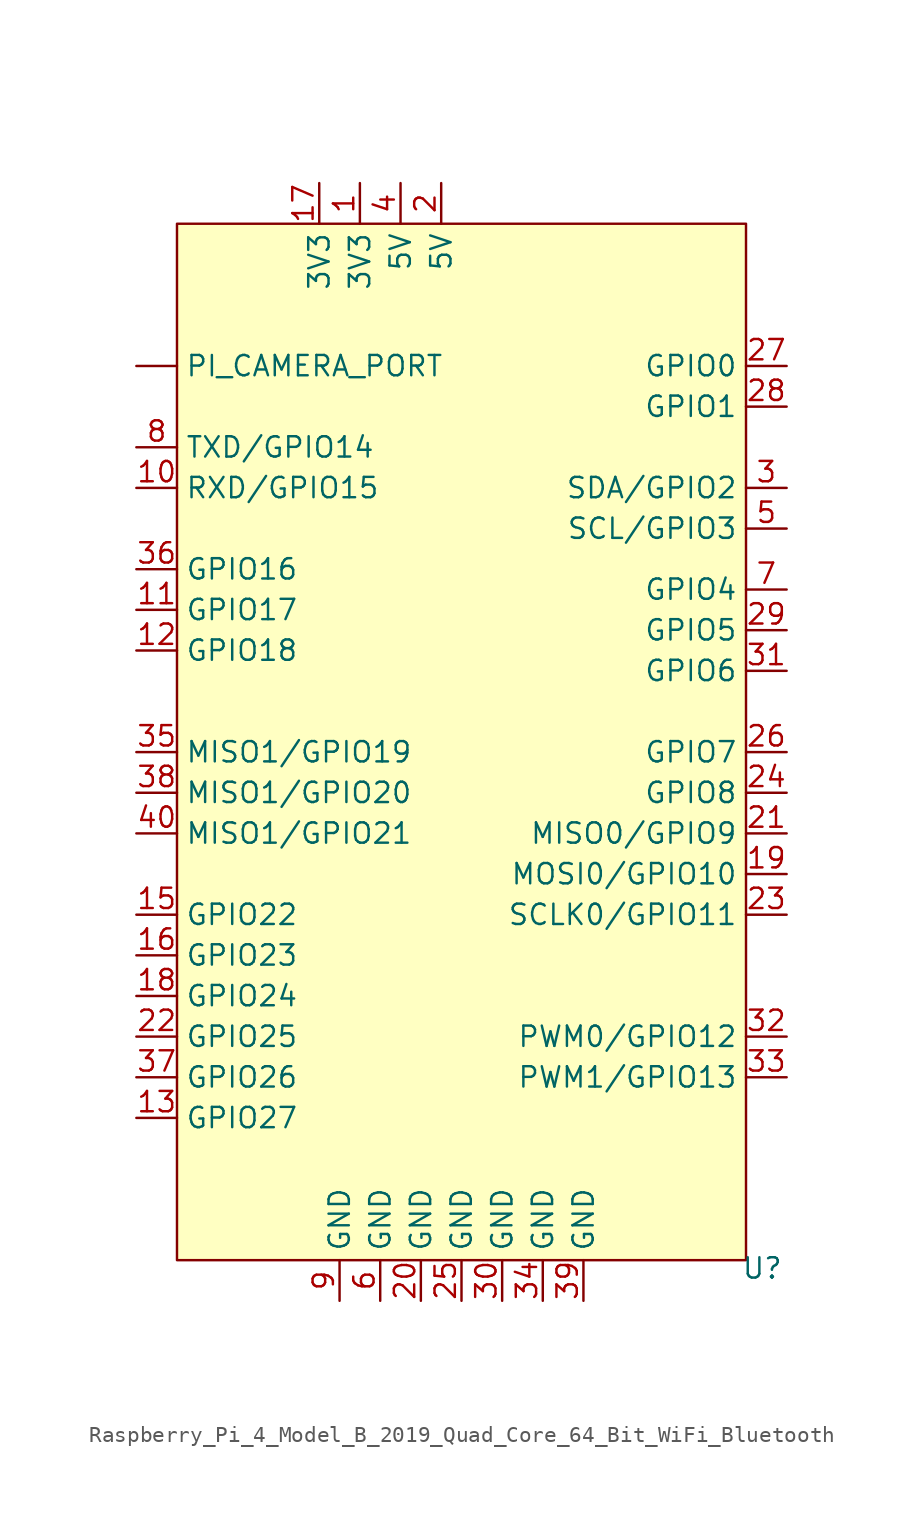
<source format=kicad_sym>
(kicad_symbol_lib
  (version 20231120)
  (generator "kicad_symbol_editor")
  (generator_version "8.0")
  (symbol "Raspberry_Pi_4_Model_B_2019_Quad_Core_64_Bit_WiFi_Bluetooth"
    (property "Reference" "U"
      (at 27.686 -65.278 0)
      (effects (font (size 1.27 1.27))))
    (property "Value" ""
      (at 0 0 0)
      (effects (font (size 1.27 1.27))))
    (symbol "Raspberry_Pi_4_Model_B_2019_Quad_Core_64_Bit_WiFi_Bluetooth_1_1"
      (rectangle (start -8.89 0) (end 26.67 -64.77) (stroke (width 0) (type default)) (fill (type background)))
      (pin bidirectional line (at -11.43 -8.89 0) (length 2.54) (name "PI_CAMERA_PORT" (effects (font (size 1.27 1.27)))) (number "" (effects (font (size 1.27 1.27)))))
      (pin passive line (at 2.54 2.54 270) (length 2.54) (name "3V3" (effects (font (size 1.27 1.27)))) (number "1" (effects (font (size 1.27 1.27)))))
      (pin bidirectional line (at -11.43 -16.51 0) (length 2.54) (name "RXD/GPIO15" (effects (font (size 1.27 1.27)))) (number "10" (effects (font (size 1.27 1.27)))))
      (pin bidirectional line (at -11.43 -24.13 0) (length 2.54) (name "GPIO17" (effects (font (size 1.27 1.27)))) (number "11" (effects (font (size 1.27 1.27)))))
      (pin bidirectional line (at -11.43 -26.67 0) (length 2.54) (name "GPIO18" (effects (font (size 1.27 1.27)))) (number "12" (effects (font (size 1.27 1.27)))))
      (pin bidirectional line (at -11.43 -55.88 0) (length 2.54) (name "GPIO27" (effects (font (size 1.27 1.27)))) (number "13" (effects (font (size 1.27 1.27)))))
      (pin bidirectional line (at -11.43 -43.18 0) (length 2.54) (name "GPIO22" (effects (font (size 1.27 1.27)))) (number "15" (effects (font (size 1.27 1.27)))))
      (pin bidirectional line (at -11.43 -45.72 0) (length 2.54) (name "GPIO23" (effects (font (size 1.27 1.27)))) (number "16" (effects (font (size 1.27 1.27)))))
      (pin passive line (at 0 2.54 270) (length 2.54) (name "3V3" (effects (font (size 1.27 1.27)))) (number "17" (effects (font (size 1.27 1.27)))))
      (pin bidirectional line (at -11.43 -48.26 0) (length 2.54) (name "GPIO24" (effects (font (size 1.27 1.27)))) (number "18" (effects (font (size 1.27 1.27)))))
      (pin bidirectional line (at 29.21 -40.64 180) (length 2.54) (name "MOSI0/GPIO10" (effects (font (size 1.27 1.27)))) (number "19" (effects (font (size 1.27 1.27)))))
      (pin output line (at 7.62 2.54 270) (length 2.54) (name "5V" (effects (font (size 1.27 1.27)))) (number "2" (effects (font (size 1.27 1.27)))))
      (pin passive line (at 6.35 -67.31 90) (length 2.54) (name "GND" (effects (font (size 1.27 1.27)))) (number "20" (effects (font (size 1.27 1.27)))))
      (pin bidirectional line (at 29.21 -38.1 180) (length 2.54) (name "MISO0/GPIO9" (effects (font (size 1.27 1.27)))) (number "21" (effects (font (size 1.27 1.27)))))
      (pin bidirectional line (at -11.43 -50.8 0) (length 2.54) (name "GPIO25" (effects (font (size 1.27 1.27)))) (number "22" (effects (font (size 1.27 1.27)))))
      (pin bidirectional line (at 29.21 -43.18 180) (length 2.54) (name "SCLK0/GPIO11" (effects (font (size 1.27 1.27)))) (number "23" (effects (font (size 1.27 1.27)))))
      (pin bidirectional line (at 29.21 -35.56 180) (length 2.54) (name "GPIO8" (effects (font (size 1.27 1.27)))) (number "24" (effects (font (size 1.27 1.27)))))
      (pin passive line (at 8.89 -67.31 90) (length 2.54) (name "GND" (effects (font (size 1.27 1.27)))) (number "25" (effects (font (size 1.27 1.27)))))
      (pin bidirectional line (at 29.21 -33.02 180) (length 2.54) (name "GPIO7" (effects (font (size 1.27 1.27)))) (number "26" (effects (font (size 1.27 1.27)))))
      (pin bidirectional line (at 29.21 -8.89 180) (length 2.54) (name "GPIO0" (effects (font (size 1.27 1.27)))) (number "27" (effects (font (size 1.27 1.27)))))
      (pin bidirectional line (at 29.21 -11.43 180) (length 2.54) (name "GPIO1" (effects (font (size 1.27 1.27)))) (number "28" (effects (font (size 1.27 1.27)))))
      (pin bidirectional line (at 29.21 -25.4 180) (length 2.54) (name "GPIO5" (effects (font (size 1.27 1.27)))) (number "29" (effects (font (size 1.27 1.27)))))
      (pin bidirectional line (at 29.21 -16.51 180) (length 2.54) (name "SDA/GPIO2" (effects (font (size 1.27 1.27)))) (number "3" (effects (font (size 1.27 1.27)))))
      (pin passive line (at 11.43 -67.31 90) (length 2.54) (name "GND" (effects (font (size 1.27 1.27)))) (number "30" (effects (font (size 1.27 1.27)))))
      (pin bidirectional line (at 29.21 -27.94 180) (length 2.54) (name "GPIO6" (effects (font (size 1.27 1.27)))) (number "31" (effects (font (size 1.27 1.27)))))
      (pin bidirectional line (at 29.21 -50.8 180) (length 2.54) (name "PWM0/GPIO12" (effects (font (size 1.27 1.27)))) (number "32" (effects (font (size 1.27 1.27)))))
      (pin bidirectional line (at 29.21 -53.34 180) (length 2.54) (name "PWM1/GPIO13" (effects (font (size 1.27 1.27)))) (number "33" (effects (font (size 1.27 1.27)))))
      (pin passive line (at 13.97 -67.31 90) (length 2.54) (name "GND" (effects (font (size 1.27 1.27)))) (number "34" (effects (font (size 1.27 1.27)))))
      (pin bidirectional line (at -11.43 -33.02 0) (length 2.54) (name "MISO1/GPIO19" (effects (font (size 1.27 1.27)))) (number "35" (effects (font (size 1.27 1.27)))))
      (pin bidirectional line (at -11.43 -21.59 0) (length 2.54) (name "GPIO16" (effects (font (size 1.27 1.27)))) (number "36" (effects (font (size 1.27 1.27)))))
      (pin bidirectional line (at -11.43 -53.34 0) (length 2.54) (name "GPIO26" (effects (font (size 1.27 1.27)))) (number "37" (effects (font (size 1.27 1.27)))))
      (pin bidirectional line (at -11.43 -35.56 0) (length 2.54) (name "MISO1/GPIO20" (effects (font (size 1.27 1.27)))) (number "38" (effects (font (size 1.27 1.27)))))
      (pin passive line (at 16.51 -67.31 90) (length 2.54) (name "GND" (effects (font (size 1.27 1.27)))) (number "39" (effects (font (size 1.27 1.27)))))
      (pin passive line (at 5.08 2.54 270) (length 2.54) (name "5V" (effects (font (size 1.27 1.27)))) (number "4" (effects (font (size 1.27 1.27)))))
      (pin bidirectional line (at -11.43 -38.1 0) (length 2.54) (name "MISO1/GPIO21" (effects (font (size 1.27 1.27)))) (number "40" (effects (font (size 1.27 1.27)))))
      (pin bidirectional line (at 29.21 -19.05 180) (length 2.54) (name "SCL/GPIO3" (effects (font (size 1.27 1.27)))) (number "5" (effects (font (size 1.27 1.27)))))
      (pin passive line (at 3.81 -67.31 90) (length 2.54) (name "GND" (effects (font (size 1.27 1.27)))) (number "6" (effects (font (size 1.27 1.27)))))
      (pin bidirectional line (at 29.21 -22.86 180) (length 2.54) (name "GPIO4" (effects (font (size 1.27 1.27)))) (number "7" (effects (font (size 1.27 1.27)))))
      (pin bidirectional line (at -11.43 -13.97 0) (length 2.54) (name "TXD/GPIO14" (effects (font (size 1.27 1.27)))) (number "8" (effects (font (size 1.27 1.27)))))
      (pin passive line (at 1.27 -67.31 90) (length 2.54) (name "GND" (effects (font (size 1.27 1.27)))) (number "9" (effects (font (size 1.27 1.27))))))))
</source>
